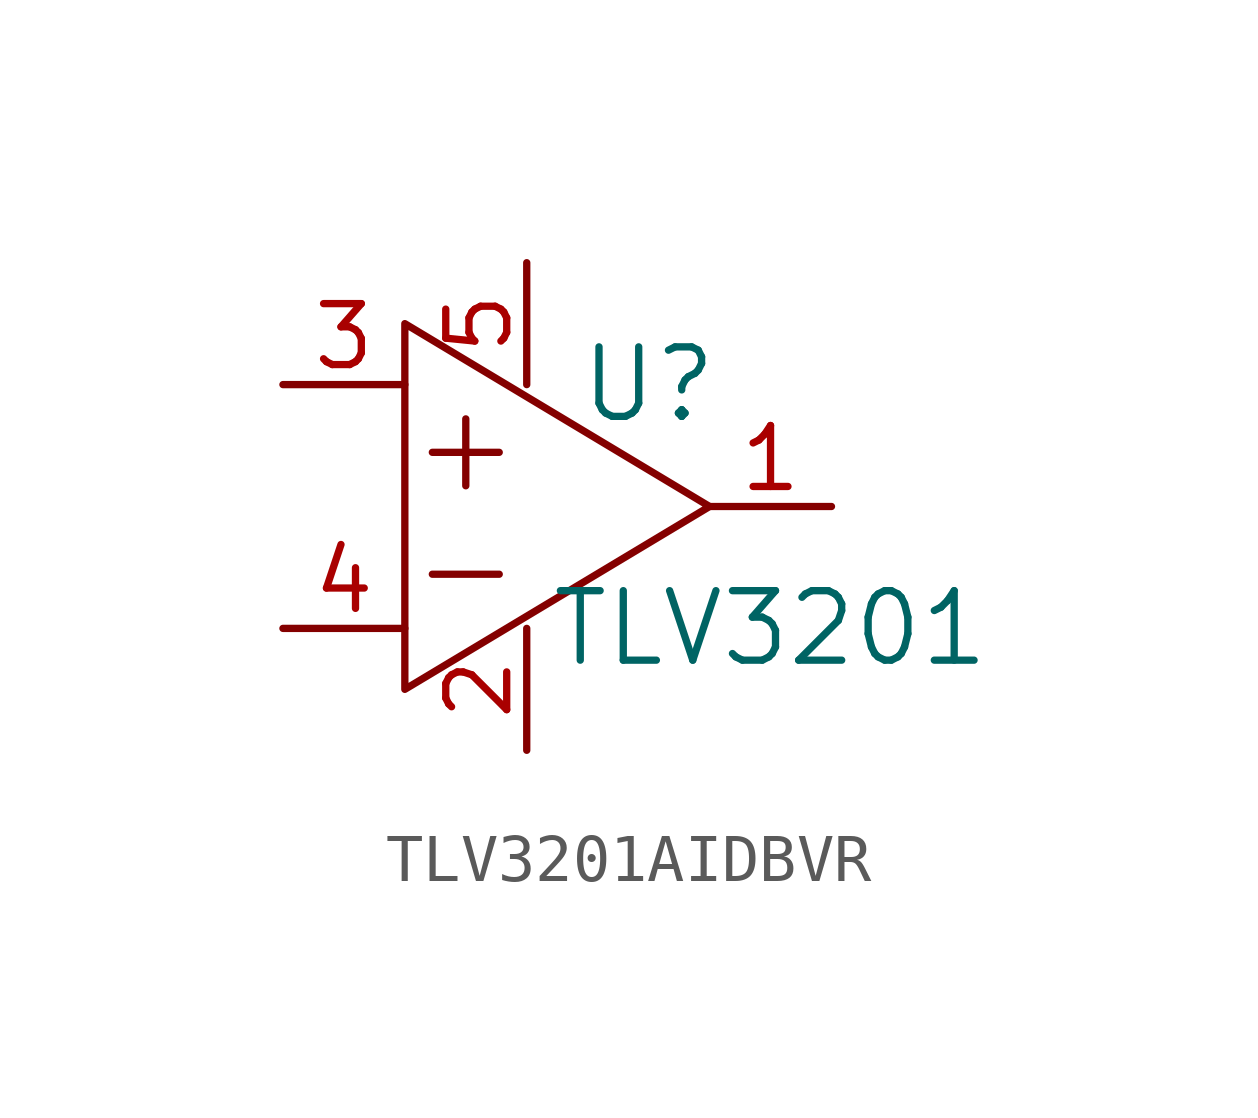
<source format=kicad_sym>
(kicad_symbol_lib
  (version 20241209)
  (generator "kicad_symbol_editor")
  (generator_version "9.0")
  (symbol "TLV3201AIDBVR"
    (pin_names
      (hide yes))
    (property "Reference" "U"
      (at 2.54 2.54 0)
      (effects (font (size 1.448 1.448))))
    (property "Value" "TLV3201"
      (at 5.08 -2.54 0)
      (effects (font (size 1.448 1.448))))
    (symbol "TLV3201AIDBVR_1_0"
      (polyline (pts (xy 3.81 0) (xy -2.54 -3.81) (xy -2.54 3.81) (xy 3.81 0)) (stroke (width 0) (type solid)) (fill (type none)))
      (text "+" (at -1.27 1.27 0) (effects (font (size 1.829 1.829))))
      (text "-" (at -1.27 -1.27 0) (effects (font (size 1.829 1.829))))
      (pin passive line (at -5.08 2.54 0) (length 2.54) (name "+" (effects (font (size 1.27 1.27)))) (number "3" (effects (font (size 1.27 1.27)))))
      (pin passive line (at -5.08 -2.54 0) (length 2.54) (name "-" (effects (font (size 1.27 1.27)))) (number "4" (effects (font (size 1.27 1.27)))))
      (pin passive line (at 0 5.08 270) (length 2.54) (name "VDD" (effects (font (size 1.27 1.27)))) (number "5" (effects (font (size 1.27 1.27)))))
      (pin passive line (at 0 -5.08 90) (length 2.54) (name "VSS" (effects (font (size 1.27 1.27)))) (number "2" (effects (font (size 1.27 1.27)))))
      (pin passive line (at 6.35 0 180) (length 2.54) (name "Out" (effects (font (size 1.27 1.27)))) (number "1" (effects (font (size 1.27 1.27))))))))
</source>
